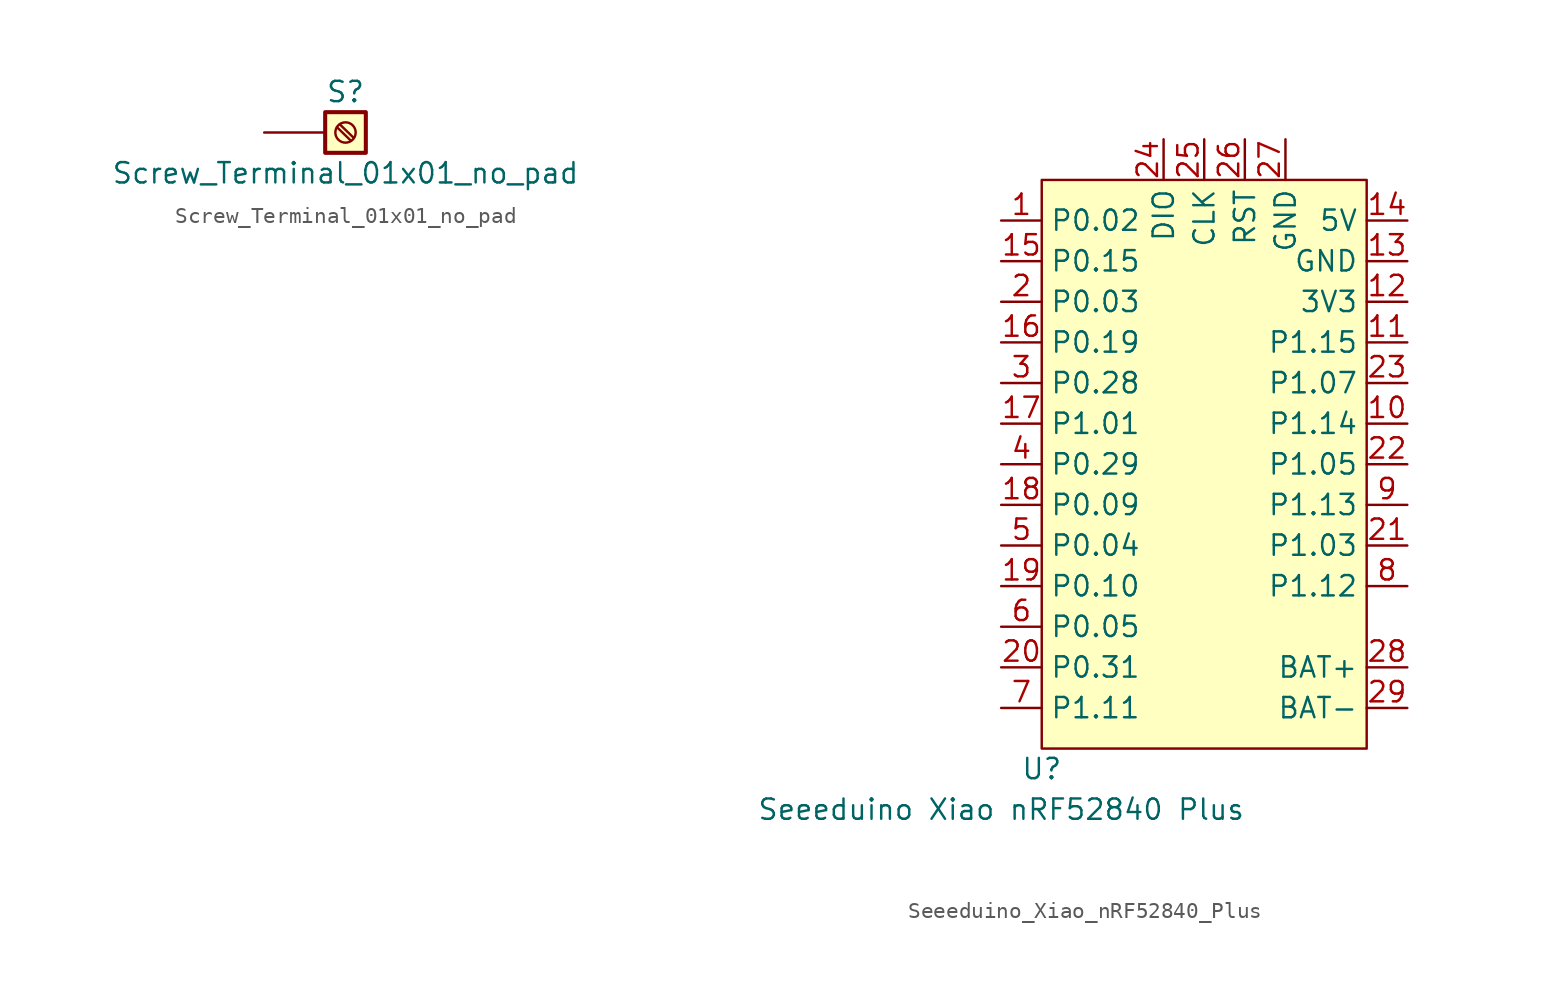
<source format=kicad_sym>
(kicad_symbol_lib
  (version 20231120)
  (generator "kicad_symbol_editor")
  (generator_version "8.0")
  (symbol "Screw_Terminal_01x01_no_pad"
    (pin_names
      (offset 1.016) hide)
    (property "Reference" "S"
      (at 0 2.54 0)
      (effects (font (size 1.27 1.27))))
    (property "Value" "Screw_Terminal_01x01_no_pad"
      (at 0 -2.54 0)
      (effects (font (size 1.27 1.27))))
    (symbol "Screw_Terminal_01x01_no_pad_1_1"
      (rectangle (start -1.27 1.27) (end 1.27 -1.27) (stroke (width 0.254) (type default)) (fill (type background)))
      (polyline (pts (xy -0.533 0.33) (xy 0.33 -0.508)) (stroke (width 0.152) (type default)) (fill (type none)))
      (polyline (pts (xy -0.356 0.508) (xy 0.508 -0.33)) (stroke (width 0.152) (type default)) (fill (type none)))
      (circle (center 0 0) (radius 0.635) (stroke (width 0.152) (type default)) (fill (type none)))
      (pin passive line (at -5.08 0 0) (length 3.81) (name "No_pin" (effects (font (size 1.27 1.27)))) (number "" (effects (font (size 1.27 1.27)))))))
  (symbol "Seeeduino_Xiao_nRF52840_Plus"
    (property "Reference" "U"
      (at -10.16 -19.05 0)
      (effects (font (size 1.27 1.27))))
    (property "Value" "Seeeduino Xiao nRF52840 Plus"
      (at -12.7 -21.59 0)
      (effects (font (size 1.27 1.27))))
    (symbol "Seeeduino_Xiao_nRF52840_Plus_1_0"
      (pin bidirectional line (at -12.7 15.24 0) (length 2.54) (name "P0.02" (effects (font (size 1.27 1.27)))) (number "1" (effects (font (size 1.27 1.27)))))
      (pin bidirectional line (at 12.7 2.54 180) (length 2.54) (name "P1.14" (effects (font (size 1.27 1.27)))) (number "10" (effects (font (size 1.27 1.27)))))
      (pin bidirectional line (at 12.7 7.62 180) (length 2.54) (name "P1.15" (effects (font (size 1.27 1.27)))) (number "11" (effects (font (size 1.27 1.27)))))
      (pin power_out line (at 12.7 10.16 180) (length 2.54) (name "3V3" (effects (font (size 1.27 1.27)))) (number "12" (effects (font (size 1.27 1.27)))))
      (pin power_out line (at 12.7 12.7 180) (length 2.54) (name "GND" (effects (font (size 1.27 1.27)))) (number "13" (effects (font (size 1.27 1.27)))))
      (pin power_out line (at 12.7 15.24 180) (length 2.54) (name "5V" (effects (font (size 1.27 1.27)))) (number "14" (effects (font (size 1.27 1.27)))))
      (pin bidirectional line (at -12.7 12.7 0) (length 2.54) (name "P0.15" (effects (font (size 1.27 1.27)))) (number "15" (effects (font (size 1.27 1.27)))))
      (pin bidirectional line (at -12.7 7.62 0) (length 2.54) (name "P0.19" (effects (font (size 1.27 1.27)))) (number "16" (effects (font (size 1.27 1.27)))))
      (pin bidirectional line (at -12.7 2.54 0) (length 2.54) (name "P1.01" (effects (font (size 1.27 1.27)))) (number "17" (effects (font (size 1.27 1.27)))))
      (pin bidirectional line (at -12.7 -2.54 0) (length 2.54) (name "P0.09" (effects (font (size 1.27 1.27)))) (number "18" (effects (font (size 1.27 1.27)))))
      (pin bidirectional line (at -12.7 -7.62 0) (length 2.54) (name "P0.10" (effects (font (size 1.27 1.27)))) (number "19" (effects (font (size 1.27 1.27)))))
      (pin bidirectional line (at -12.7 10.16 0) (length 2.54) (name "P0.03" (effects (font (size 1.27 1.27)))) (number "2" (effects (font (size 1.27 1.27)))))
      (pin bidirectional line (at -12.7 -12.7 0) (length 2.54) (name "P0.31" (effects (font (size 1.27 1.27)))) (number "20" (effects (font (size 1.27 1.27)))))
      (pin bidirectional line (at 12.7 -5.08 180) (length 2.54) (name "P1.03" (effects (font (size 1.27 1.27)))) (number "21" (effects (font (size 1.27 1.27)))))
      (pin bidirectional line (at 12.7 0 180) (length 2.54) (name "P1.05" (effects (font (size 1.27 1.27)))) (number "22" (effects (font (size 1.27 1.27)))))
      (pin bidirectional line (at 12.7 5.08 180) (length 2.54) (name "P1.07" (effects (font (size 1.27 1.27)))) (number "23" (effects (font (size 1.27 1.27)))))
      (pin bidirectional line (at -2.54 20.32 270) (length 2.54) (name "DIO" (effects (font (size 1.27 1.27)))) (number "24" (effects (font (size 1.27 1.27)))))
      (pin bidirectional line (at 0 20.32 270) (length 2.54) (name "CLK" (effects (font (size 1.27 1.27)))) (number "25" (effects (font (size 1.27 1.27)))))
      (pin bidirectional line (at 2.54 20.32 270) (length 2.54) (name "RST" (effects (font (size 1.27 1.27)))) (number "26" (effects (font (size 1.27 1.27)))))
      (pin power_out line (at 5.08 20.32 270) (length 2.54) (name "GND" (effects (font (size 1.27 1.27)))) (number "27" (effects (font (size 1.27 1.27)))))
      (pin power_in line (at 12.7 -12.7 180) (length 2.54) (name "BAT+" (effects (font (size 1.27 1.27)))) (number "28" (effects (font (size 1.27 1.27)))))
      (pin power_in line (at 12.7 -15.24 180) (length 2.54) (name "BAT-" (effects (font (size 1.27 1.27)))) (number "29" (effects (font (size 1.27 1.27)))))
      (pin bidirectional line (at -12.7 5.08 0) (length 2.54) (name "P0.28" (effects (font (size 1.27 1.27)))) (number "3" (effects (font (size 1.27 1.27)))))
      (pin bidirectional line (at -12.7 0 0) (length 2.54) (name "P0.29" (effects (font (size 1.27 1.27)))) (number "4" (effects (font (size 1.27 1.27)))))
      (pin bidirectional line (at -12.7 -5.08 0) (length 2.54) (name "P0.04" (effects (font (size 1.27 1.27)))) (number "5" (effects (font (size 1.27 1.27)))))
      (pin bidirectional line (at -12.7 -10.16 0) (length 2.54) (name "P0.05" (effects (font (size 1.27 1.27)))) (number "6" (effects (font (size 1.27 1.27)))))
      (pin bidirectional line (at -12.7 -15.24 0) (length 2.54) (name "P1.11" (effects (font (size 1.27 1.27)))) (number "7" (effects (font (size 1.27 1.27)))))
      (pin bidirectional line (at 12.7 -7.62 180) (length 2.54) (name "P1.12" (effects (font (size 1.27 1.27)))) (number "8" (effects (font (size 1.27 1.27)))))
      (pin bidirectional line (at 12.7 -2.54 180) (length 2.54) (name "P1.13" (effects (font (size 1.27 1.27)))) (number "9" (effects (font (size 1.27 1.27))))))
    (symbol "Seeeduino_Xiao_nRF52840_Plus_1_1"
      (rectangle (start -10.16 17.78) (end 10.16 -17.78) (stroke (width 0) (type default)) (fill (type background))))))
</source>
